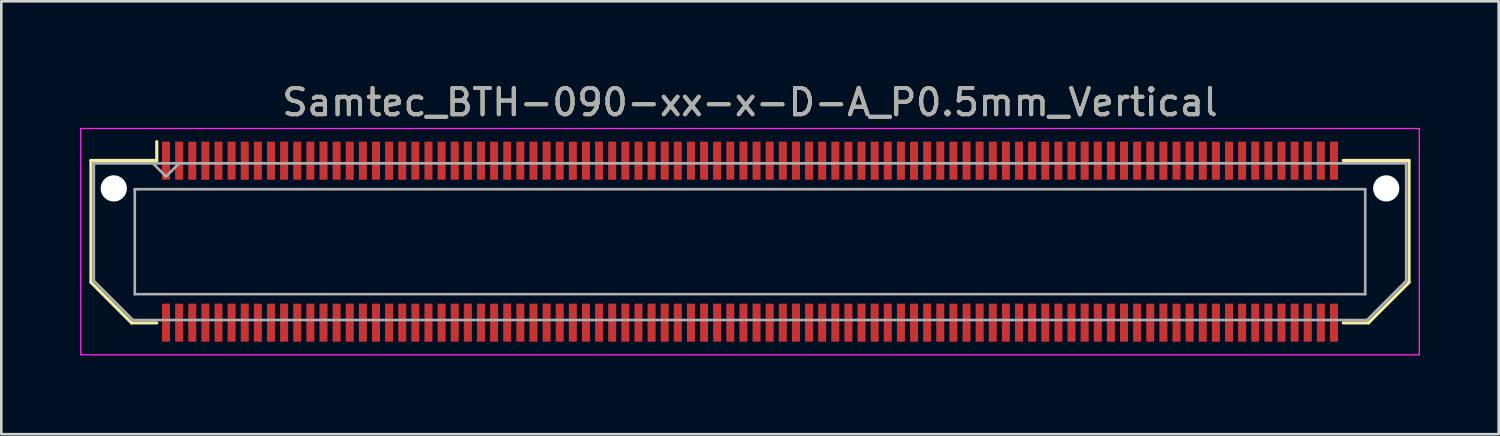
<source format=kicad_pcb>
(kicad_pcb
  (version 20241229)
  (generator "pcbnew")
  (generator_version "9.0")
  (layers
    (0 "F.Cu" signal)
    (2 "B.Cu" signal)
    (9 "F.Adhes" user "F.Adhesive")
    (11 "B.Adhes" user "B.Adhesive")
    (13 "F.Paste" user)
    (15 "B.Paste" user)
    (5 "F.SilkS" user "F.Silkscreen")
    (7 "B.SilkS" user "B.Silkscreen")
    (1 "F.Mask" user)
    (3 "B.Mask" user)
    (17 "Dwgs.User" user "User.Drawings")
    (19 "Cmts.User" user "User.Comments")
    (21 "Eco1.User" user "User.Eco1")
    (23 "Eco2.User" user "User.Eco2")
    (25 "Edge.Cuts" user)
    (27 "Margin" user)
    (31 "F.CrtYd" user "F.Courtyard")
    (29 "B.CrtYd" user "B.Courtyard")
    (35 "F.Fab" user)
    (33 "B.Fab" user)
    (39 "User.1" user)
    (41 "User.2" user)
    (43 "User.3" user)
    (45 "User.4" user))
  (footprint "Samtec_BTH-090-xx-x-D-A_P0.5mm_Vertical"
    (layer "F.Cu")
    (at 25.525 6.158)
    (property "Reference" "Samtec_BTH-090-xx-x-D-A_P0.5mm_Vertical" (at 0 -5.31 0) (layer "F.SilkS") (effects (font (size 1 1) (thickness 0.15))))
    (attr smd)
    (fp_line (start -25.11 -3.095) (end -25.11 1.548) (stroke (width 0.12) (type solid)) (layer "F.SilkS"))
    (fp_line (start -25.11 1.548) (end -23.562 3.095) (stroke (width 0.12) (type solid)) (layer "F.SilkS"))
    (fp_line (start -23.562 3.095) (end -22.602 3.095) (stroke (width 0.12) (type solid)) (layer "F.SilkS"))
    (fp_line (start -22.602 -3.811) (end -22.602 -3.095) (stroke (width 0.12) (type solid)) (layer "F.SilkS"))
    (fp_line (start -22.602 -3.095) (end -25.11 -3.095) (stroke (width 0.12) (type solid)) (layer "F.SilkS"))
    (fp_line (start 22.602 -3.095) (end 25.11 -3.095) (stroke (width 0.12) (type solid)) (layer "F.SilkS"))
    (fp_line (start 23.562 3.095) (end 22.602 3.095) (stroke (width 0.12) (type solid)) (layer "F.SilkS"))
    (fp_line (start 25.11 -3.095) (end 25.11 1.548) (stroke (width 0.12) (type solid)) (layer "F.SilkS"))
    (fp_line (start 25.11 1.548) (end 23.562 3.095) (stroke (width 0.12) (type solid)) (layer "F.SilkS"))
    (fp_line (start -25.5 -4.31) (end -25.5 4.31) (stroke (width 0.05) (type solid)) (layer "F.CrtYd"))
    (fp_line (start -25.5 4.31) (end 25.5 4.31) (stroke (width 0.05) (type solid)) (layer "F.CrtYd"))
    (fp_line (start 25.5 -4.31) (end -25.5 -4.31) (stroke (width 0.05) (type solid)) (layer "F.CrtYd"))
    (fp_line (start 25.5 4.31) (end 25.5 -4.31) (stroke (width 0.05) (type solid)) (layer "F.CrtYd"))
    (fp_line (start -25 -2.985) (end -25 1.492) (stroke (width 0.1) (type solid)) (layer "F.Fab"))
    (fp_line (start -25 -2.985) (end 25 -2.985) (stroke (width 0.1) (type solid)) (layer "F.Fab"))
    (fp_line (start -25 1.492) (end -23.508 2.985) (stroke (width 0.1) (type solid)) (layer "F.Fab"))
    (fp_line (start -23.508 2.985) (end 23.508 2.985) (stroke (width 0.1) (type solid)) (layer "F.Fab"))
    (fp_line (start -23.44 -2) (end -23.44 2) (stroke (width 0.1) (type solid)) (layer "F.Fab"))
    (fp_line (start -23.44 2) (end 23.44 2) (stroke (width 0.1) (type solid)) (layer "F.Fab"))
    (fp_line (start -22.25 -2.485) (end -22.75 -2.985) (stroke (width 0.1) (type solid)) (layer "F.Fab"))
    (fp_line (start -21.75 -2.985) (end -22.25 -2.485) (stroke (width 0.1) (type solid)) (layer "F.Fab"))
    (fp_line (start 23.44 -2) (end -23.44 -2) (stroke (width 0.1) (type solid)) (layer "F.Fab"))
    (fp_line (start 23.44 2) (end 23.44 -2) (stroke (width 0.1) (type solid)) (layer "F.Fab"))
    (fp_line (start 25 -2.985) (end 25 1.492) (stroke (width 0.1) (type solid)) (layer "F.Fab"))
    (fp_line (start 25 1.492) (end 23.508 2.985) (stroke (width 0.1) (type solid)) (layer "F.Fab"))
    (fp_text user "${REFERENCE}" (at 0 -5.31 0) (layer "F.Fab") (effects (font (size 1 1) (thickness 0.15))))
    (pad "" np_thru_hole circle (at -24.24 -2.03) (size 1 1) (drill 1) (layers "*.Cu" "*.Mask"))
    (pad "" np_thru_hole circle (at 24.24 -2.03) (size 1 1) (drill 1) (layers "*.Cu" "*.Mask"))
    (pad "1" smd rect (at -22.25 -3.086) (size 0.305 1.45) (layers "F.Cu" "F.Mask" "F.Paste"))
    (pad "2" smd rect (at -22.25 3.086) (size 0.305 1.45) (layers "F.Cu" "F.Mask" "F.Paste"))
    (pad "3" smd rect (at -21.75 -3.086) (size 0.305 1.45) (layers "F.Cu" "F.Mask" "F.Paste"))
    (pad "4" smd rect (at -21.75 3.086) (size 0.305 1.45) (layers "F.Cu" "F.Mask" "F.Paste"))
    (pad "5" smd rect (at -21.25 -3.086) (size 0.305 1.45) (layers "F.Cu" "F.Mask" "F.Paste"))
    (pad "6" smd rect (at -21.25 3.086) (size 0.305 1.45) (layers "F.Cu" "F.Mask" "F.Paste"))
    (pad "7" smd rect (at -20.75 -3.086) (size 0.305 1.45) (layers "F.Cu" "F.Mask" "F.Paste"))
    (pad "8" smd rect (at -20.75 3.086) (size 0.305 1.45) (layers "F.Cu" "F.Mask" "F.Paste"))
    (pad "9" smd rect (at -20.25 -3.086) (size 0.305 1.45) (layers "F.Cu" "F.Mask" "F.Paste"))
    (pad "10" smd rect (at -20.25 3.086) (size 0.305 1.45) (layers "F.Cu" "F.Mask" "F.Paste"))
    (pad "11" smd rect (at -19.75 -3.086) (size 0.305 1.45) (layers "F.Cu" "F.Mask" "F.Paste"))
    (pad "12" smd rect (at -19.75 3.086) (size 0.305 1.45) (layers "F.Cu" "F.Mask" "F.Paste"))
    (pad "13" smd rect (at -19.25 -3.086) (size 0.305 1.45) (layers "F.Cu" "F.Mask" "F.Paste"))
    (pad "14" smd rect (at -19.25 3.086) (size 0.305 1.45) (layers "F.Cu" "F.Mask" "F.Paste"))
    (pad "15" smd rect (at -18.75 -3.086) (size 0.305 1.45) (layers "F.Cu" "F.Mask" "F.Paste"))
    (pad "16" smd rect (at -18.75 3.086) (size 0.305 1.45) (layers "F.Cu" "F.Mask" "F.Paste"))
    (pad "17" smd rect (at -18.25 -3.086) (size 0.305 1.45) (layers "F.Cu" "F.Mask" "F.Paste"))
    (pad "18" smd rect (at -18.25 3.086) (size 0.305 1.45) (layers "F.Cu" "F.Mask" "F.Paste"))
    (pad "19" smd rect (at -17.75 -3.086) (size 0.305 1.45) (layers "F.Cu" "F.Mask" "F.Paste"))
    (pad "20" smd rect (at -17.75 3.086) (size 0.305 1.45) (layers "F.Cu" "F.Mask" "F.Paste"))
    (pad "21" smd rect (at -17.25 -3.086) (size 0.305 1.45) (layers "F.Cu" "F.Mask" "F.Paste"))
    (pad "22" smd rect (at -17.25 3.086) (size 0.305 1.45) (layers "F.Cu" "F.Mask" "F.Paste"))
    (pad "23" smd rect (at -16.75 -3.086) (size 0.305 1.45) (layers "F.Cu" "F.Mask" "F.Paste"))
    (pad "24" smd rect (at -16.75 3.086) (size 0.305 1.45) (layers "F.Cu" "F.Mask" "F.Paste"))
    (pad "25" smd rect (at -16.25 -3.086) (size 0.305 1.45) (layers "F.Cu" "F.Mask" "F.Paste"))
    (pad "26" smd rect (at -16.25 3.086) (size 0.305 1.45) (layers "F.Cu" "F.Mask" "F.Paste"))
    (pad "27" smd rect (at -15.75 -3.086) (size 0.305 1.45) (layers "F.Cu" "F.Mask" "F.Paste"))
    (pad "28" smd rect (at -15.75 3.086) (size 0.305 1.45) (layers "F.Cu" "F.Mask" "F.Paste"))
    (pad "29" smd rect (at -15.25 -3.086) (size 0.305 1.45) (layers "F.Cu" "F.Mask" "F.Paste"))
    (pad "30" smd rect (at -15.25 3.086) (size 0.305 1.45) (layers "F.Cu" "F.Mask" "F.Paste"))
    (pad "31" smd rect (at -14.75 -3.086) (size 0.305 1.45) (layers "F.Cu" "F.Mask" "F.Paste"))
    (pad "32" smd rect (at -14.75 3.086) (size 0.305 1.45) (layers "F.Cu" "F.Mask" "F.Paste"))
    (pad "33" smd rect (at -14.25 -3.086) (size 0.305 1.45) (layers "F.Cu" "F.Mask" "F.Paste"))
    (pad "34" smd rect (at -14.25 3.086) (size 0.305 1.45) (layers "F.Cu" "F.Mask" "F.Paste"))
    (pad "35" smd rect (at -13.75 -3.086) (size 0.305 1.45) (layers "F.Cu" "F.Mask" "F.Paste"))
    (pad "36" smd rect (at -13.75 3.086) (size 0.305 1.45) (layers "F.Cu" "F.Mask" "F.Paste"))
    (pad "37" smd rect (at -13.25 -3.086) (size 0.305 1.45) (layers "F.Cu" "F.Mask" "F.Paste"))
    (pad "38" smd rect (at -13.25 3.086) (size 0.305 1.45) (layers "F.Cu" "F.Mask" "F.Paste"))
    (pad "39" smd rect (at -12.75 -3.086) (size 0.305 1.45) (layers "F.Cu" "F.Mask" "F.Paste"))
    (pad "40" smd rect (at -12.75 3.086) (size 0.305 1.45) (layers "F.Cu" "F.Mask" "F.Paste"))
    (pad "41" smd rect (at -12.25 -3.086) (size 0.305 1.45) (layers "F.Cu" "F.Mask" "F.Paste"))
    (pad "42" smd rect (at -12.25 3.086) (size 0.305 1.45) (layers "F.Cu" "F.Mask" "F.Paste"))
    (pad "43" smd rect (at -11.75 -3.086) (size 0.305 1.45) (layers "F.Cu" "F.Mask" "F.Paste"))
    (pad "44" smd rect (at -11.75 3.086) (size 0.305 1.45) (layers "F.Cu" "F.Mask" "F.Paste"))
    (pad "45" smd rect (at -11.25 -3.086) (size 0.305 1.45) (layers "F.Cu" "F.Mask" "F.Paste"))
    (pad "46" smd rect (at -11.25 3.086) (size 0.305 1.45) (layers "F.Cu" "F.Mask" "F.Paste"))
    (pad "47" smd rect (at -10.75 -3.086) (size 0.305 1.45) (layers "F.Cu" "F.Mask" "F.Paste"))
    (pad "48" smd rect (at -10.75 3.086) (size 0.305 1.45) (layers "F.Cu" "F.Mask" "F.Paste"))
    (pad "49" smd rect (at -10.25 -3.086) (size 0.305 1.45) (layers "F.Cu" "F.Mask" "F.Paste"))
    (pad "50" smd rect (at -10.25 3.086) (size 0.305 1.45) (layers "F.Cu" "F.Mask" "F.Paste"))
    (pad "51" smd rect (at -9.75 -3.086) (size 0.305 1.45) (layers "F.Cu" "F.Mask" "F.Paste"))
    (pad "52" smd rect (at -9.75 3.086) (size 0.305 1.45) (layers "F.Cu" "F.Mask" "F.Paste"))
    (pad "53" smd rect (at -9.25 -3.086) (size 0.305 1.45) (layers "F.Cu" "F.Mask" "F.Paste"))
    (pad "54" smd rect (at -9.25 3.086) (size 0.305 1.45) (layers "F.Cu" "F.Mask" "F.Paste"))
    (pad "55" smd rect (at -8.75 -3.086) (size 0.305 1.45) (layers "F.Cu" "F.Mask" "F.Paste"))
    (pad "56" smd rect (at -8.75 3.086) (size 0.305 1.45) (layers "F.Cu" "F.Mask" "F.Paste"))
    (pad "57" smd rect (at -8.25 -3.086) (size 0.305 1.45) (layers "F.Cu" "F.Mask" "F.Paste"))
    (pad "58" smd rect (at -8.25 3.086) (size 0.305 1.45) (layers "F.Cu" "F.Mask" "F.Paste"))
    (pad "59" smd rect (at -7.75 -3.086) (size 0.305 1.45) (layers "F.Cu" "F.Mask" "F.Paste"))
    (pad "60" smd rect (at -7.75 3.086) (size 0.305 1.45) (layers "F.Cu" "F.Mask" "F.Paste"))
    (pad "61" smd rect (at -7.25 -3.086) (size 0.305 1.45) (layers "F.Cu" "F.Mask" "F.Paste"))
    (pad "62" smd rect (at -7.25 3.086) (size 0.305 1.45) (layers "F.Cu" "F.Mask" "F.Paste"))
    (pad "63" smd rect (at -6.75 -3.086) (size 0.305 1.45) (layers "F.Cu" "F.Mask" "F.Paste"))
    (pad "64" smd rect (at -6.75 3.086) (size 0.305 1.45) (layers "F.Cu" "F.Mask" "F.Paste"))
    (pad "65" smd rect (at -6.25 -3.086) (size 0.305 1.45) (layers "F.Cu" "F.Mask" "F.Paste"))
    (pad "66" smd rect (at -6.25 3.086) (size 0.305 1.45) (layers "F.Cu" "F.Mask" "F.Paste"))
    (pad "67" smd rect (at -5.75 -3.086) (size 0.305 1.45) (layers "F.Cu" "F.Mask" "F.Paste"))
    (pad "68" smd rect (at -5.75 3.086) (size 0.305 1.45) (layers "F.Cu" "F.Mask" "F.Paste"))
    (pad "69" smd rect (at -5.25 -3.086) (size 0.305 1.45) (layers "F.Cu" "F.Mask" "F.Paste"))
    (pad "70" smd rect (at -5.25 3.086) (size 0.305 1.45) (layers "F.Cu" "F.Mask" "F.Paste"))
    (pad "71" smd rect (at -4.75 -3.086) (size 0.305 1.45) (layers "F.Cu" "F.Mask" "F.Paste"))
    (pad "72" smd rect (at -4.75 3.086) (size 0.305 1.45) (layers "F.Cu" "F.Mask" "F.Paste"))
    (pad "73" smd rect (at -4.25 -3.086) (size 0.305 1.45) (layers "F.Cu" "F.Mask" "F.Paste"))
    (pad "74" smd rect (at -4.25 3.086) (size 0.305 1.45) (layers "F.Cu" "F.Mask" "F.Paste"))
    (pad "75" smd rect (at -3.75 -3.086) (size 0.305 1.45) (layers "F.Cu" "F.Mask" "F.Paste"))
    (pad "76" smd rect (at -3.75 3.086) (size 0.305 1.45) (layers "F.Cu" "F.Mask" "F.Paste"))
    (pad "77" smd rect (at -3.25 -3.086) (size 0.305 1.45) (layers "F.Cu" "F.Mask" "F.Paste"))
    (pad "78" smd rect (at -3.25 3.086) (size 0.305 1.45) (layers "F.Cu" "F.Mask" "F.Paste"))
    (pad "79" smd rect (at -2.75 -3.086) (size 0.305 1.45) (layers "F.Cu" "F.Mask" "F.Paste"))
    (pad "80" smd rect (at -2.75 3.086) (size 0.305 1.45) (layers "F.Cu" "F.Mask" "F.Paste"))
    (pad "81" smd rect (at -2.25 -3.086) (size 0.305 1.45) (layers "F.Cu" "F.Mask" "F.Paste"))
    (pad "82" smd rect (at -2.25 3.086) (size 0.305 1.45) (layers "F.Cu" "F.Mask" "F.Paste"))
    (pad "83" smd rect (at -1.75 -3.086) (size 0.305 1.45) (layers "F.Cu" "F.Mask" "F.Paste"))
    (pad "84" smd rect (at -1.75 3.086) (size 0.305 1.45) (layers "F.Cu" "F.Mask" "F.Paste"))
    (pad "85" smd rect (at -1.25 -3.086) (size 0.305 1.45) (layers "F.Cu" "F.Mask" "F.Paste"))
    (pad "86" smd rect (at -1.25 3.086) (size 0.305 1.45) (layers "F.Cu" "F.Mask" "F.Paste"))
    (pad "87" smd rect (at -0.75 -3.086) (size 0.305 1.45) (layers "F.Cu" "F.Mask" "F.Paste"))
    (pad "88" smd rect (at -0.75 3.086) (size 0.305 1.45) (layers "F.Cu" "F.Mask" "F.Paste"))
    (pad "89" smd rect (at -0.25 -3.086) (size 0.305 1.45) (layers "F.Cu" "F.Mask" "F.Paste"))
    (pad "90" smd rect (at -0.25 3.086) (size 0.305 1.45) (layers "F.Cu" "F.Mask" "F.Paste"))
    (pad "91" smd rect (at 0.25 -3.086) (size 0.305 1.45) (layers "F.Cu" "F.Mask" "F.Paste"))
    (pad "92" smd rect (at 0.25 3.086) (size 0.305 1.45) (layers "F.Cu" "F.Mask" "F.Paste"))
    (pad "93" smd rect (at 0.75 -3.086) (size 0.305 1.45) (layers "F.Cu" "F.Mask" "F.Paste"))
    (pad "94" smd rect (at 0.75 3.086) (size 0.305 1.45) (layers "F.Cu" "F.Mask" "F.Paste"))
    (pad "95" smd rect (at 1.25 -3.086) (size 0.305 1.45) (layers "F.Cu" "F.Mask" "F.Paste"))
    (pad "96" smd rect (at 1.25 3.086) (size 0.305 1.45) (layers "F.Cu" "F.Mask" "F.Paste"))
    (pad "97" smd rect (at 1.75 -3.086) (size 0.305 1.45) (layers "F.Cu" "F.Mask" "F.Paste"))
    (pad "98" smd rect (at 1.75 3.086) (size 0.305 1.45) (layers "F.Cu" "F.Mask" "F.Paste"))
    (pad "99" smd rect (at 2.25 -3.086) (size 0.305 1.45) (layers "F.Cu" "F.Mask" "F.Paste"))
    (pad "100" smd rect (at 2.25 3.086) (size 0.305 1.45) (layers "F.Cu" "F.Mask" "F.Paste"))
    (pad "101" smd rect (at 2.75 -3.086) (size 0.305 1.45) (layers "F.Cu" "F.Mask" "F.Paste"))
    (pad "102" smd rect (at 2.75 3.086) (size 0.305 1.45) (layers "F.Cu" "F.Mask" "F.Paste"))
    (pad "103" smd rect (at 3.25 -3.086) (size 0.305 1.45) (layers "F.Cu" "F.Mask" "F.Paste"))
    (pad "104" smd rect (at 3.25 3.086) (size 0.305 1.45) (layers "F.Cu" "F.Mask" "F.Paste"))
    (pad "105" smd rect (at 3.75 -3.086) (size 0.305 1.45) (layers "F.Cu" "F.Mask" "F.Paste"))
    (pad "106" smd rect (at 3.75 3.086) (size 0.305 1.45) (layers "F.Cu" "F.Mask" "F.Paste"))
    (pad "107" smd rect (at 4.25 -3.086) (size 0.305 1.45) (layers "F.Cu" "F.Mask" "F.Paste"))
    (pad "108" smd rect (at 4.25 3.086) (size 0.305 1.45) (layers "F.Cu" "F.Mask" "F.Paste"))
    (pad "109" smd rect (at 4.75 -3.086) (size 0.305 1.45) (layers "F.Cu" "F.Mask" "F.Paste"))
    (pad "110" smd rect (at 4.75 3.086) (size 0.305 1.45) (layers "F.Cu" "F.Mask" "F.Paste"))
    (pad "111" smd rect (at 5.25 -3.086) (size 0.305 1.45) (layers "F.Cu" "F.Mask" "F.Paste"))
    (pad "112" smd rect (at 5.25 3.086) (size 0.305 1.45) (layers "F.Cu" "F.Mask" "F.Paste"))
    (pad "113" smd rect (at 5.75 -3.086) (size 0.305 1.45) (layers "F.Cu" "F.Mask" "F.Paste"))
    (pad "114" smd rect (at 5.75 3.086) (size 0.305 1.45) (layers "F.Cu" "F.Mask" "F.Paste"))
    (pad "115" smd rect (at 6.25 -3.086) (size 0.305 1.45) (layers "F.Cu" "F.Mask" "F.Paste"))
    (pad "116" smd rect (at 6.25 3.086) (size 0.305 1.45) (layers "F.Cu" "F.Mask" "F.Paste"))
    (pad "117" smd rect (at 6.75 -3.086) (size 0.305 1.45) (layers "F.Cu" "F.Mask" "F.Paste"))
    (pad "118" smd rect (at 6.75 3.086) (size 0.305 1.45) (layers "F.Cu" "F.Mask" "F.Paste"))
    (pad "119" smd rect (at 7.25 -3.086) (size 0.305 1.45) (layers "F.Cu" "F.Mask" "F.Paste"))
    (pad "120" smd rect (at 7.25 3.086) (size 0.305 1.45) (layers "F.Cu" "F.Mask" "F.Paste"))
    (pad "121" smd rect (at 7.75 -3.086) (size 0.305 1.45) (layers "F.Cu" "F.Mask" "F.Paste"))
    (pad "122" smd rect (at 7.75 3.086) (size 0.305 1.45) (layers "F.Cu" "F.Mask" "F.Paste"))
    (pad "123" smd rect (at 8.25 -3.086) (size 0.305 1.45) (layers "F.Cu" "F.Mask" "F.Paste"))
    (pad "124" smd rect (at 8.25 3.086) (size 0.305 1.45) (layers "F.Cu" "F.Mask" "F.Paste"))
    (pad "125" smd rect (at 8.75 -3.086) (size 0.305 1.45) (layers "F.Cu" "F.Mask" "F.Paste"))
    (pad "126" smd rect (at 8.75 3.086) (size 0.305 1.45) (layers "F.Cu" "F.Mask" "F.Paste"))
    (pad "127" smd rect (at 9.25 -3.086) (size 0.305 1.45) (layers "F.Cu" "F.Mask" "F.Paste"))
    (pad "128" smd rect (at 9.25 3.086) (size 0.305 1.45) (layers "F.Cu" "F.Mask" "F.Paste"))
    (pad "129" smd rect (at 9.75 -3.086) (size 0.305 1.45) (layers "F.Cu" "F.Mask" "F.Paste"))
    (pad "130" smd rect (at 9.75 3.086) (size 0.305 1.45) (layers "F.Cu" "F.Mask" "F.Paste"))
    (pad "131" smd rect (at 10.25 -3.086) (size 0.305 1.45) (layers "F.Cu" "F.Mask" "F.Paste"))
    (pad "132" smd rect (at 10.25 3.086) (size 0.305 1.45) (layers "F.Cu" "F.Mask" "F.Paste"))
    (pad "133" smd rect (at 10.75 -3.086) (size 0.305 1.45) (layers "F.Cu" "F.Mask" "F.Paste"))
    (pad "134" smd rect (at 10.75 3.086) (size 0.305 1.45) (layers "F.Cu" "F.Mask" "F.Paste"))
    (pad "135" smd rect (at 11.25 -3.086) (size 0.305 1.45) (layers "F.Cu" "F.Mask" "F.Paste"))
    (pad "136" smd rect (at 11.25 3.086) (size 0.305 1.45) (layers "F.Cu" "F.Mask" "F.Paste"))
    (pad "137" smd rect (at 11.75 -3.086) (size 0.305 1.45) (layers "F.Cu" "F.Mask" "F.Paste"))
    (pad "138" smd rect (at 11.75 3.086) (size 0.305 1.45) (layers "F.Cu" "F.Mask" "F.Paste"))
    (pad "139" smd rect (at 12.25 -3.086) (size 0.305 1.45) (layers "F.Cu" "F.Mask" "F.Paste"))
    (pad "140" smd rect (at 12.25 3.086) (size 0.305 1.45) (layers "F.Cu" "F.Mask" "F.Paste"))
    (pad "141" smd rect (at 12.75 -3.086) (size 0.305 1.45) (layers "F.Cu" "F.Mask" "F.Paste"))
    (pad "142" smd rect (at 12.75 3.086) (size 0.305 1.45) (layers "F.Cu" "F.Mask" "F.Paste"))
    (pad "143" smd rect (at 13.25 -3.086) (size 0.305 1.45) (layers "F.Cu" "F.Mask" "F.Paste"))
    (pad "144" smd rect (at 13.25 3.086) (size 0.305 1.45) (layers "F.Cu" "F.Mask" "F.Paste"))
    (pad "145" smd rect (at 13.75 -3.086) (size 0.305 1.45) (layers "F.Cu" "F.Mask" "F.Paste"))
    (pad "146" smd rect (at 13.75 3.086) (size 0.305 1.45) (layers "F.Cu" "F.Mask" "F.Paste"))
    (pad "147" smd rect (at 14.25 -3.086) (size 0.305 1.45) (layers "F.Cu" "F.Mask" "F.Paste"))
    (pad "148" smd rect (at 14.25 3.086) (size 0.305 1.45) (layers "F.Cu" "F.Mask" "F.Paste"))
    (pad "149" smd rect (at 14.75 -3.086) (size 0.305 1.45) (layers "F.Cu" "F.Mask" "F.Paste"))
    (pad "150" smd rect (at 14.75 3.086) (size 0.305 1.45) (layers "F.Cu" "F.Mask" "F.Paste"))
    (pad "151" smd rect (at 15.25 -3.086) (size 0.305 1.45) (layers "F.Cu" "F.Mask" "F.Paste"))
    (pad "152" smd rect (at 15.25 3.086) (size 0.305 1.45) (layers "F.Cu" "F.Mask" "F.Paste"))
    (pad "153" smd rect (at 15.75 -3.086) (size 0.305 1.45) (layers "F.Cu" "F.Mask" "F.Paste"))
    (pad "154" smd rect (at 15.75 3.086) (size 0.305 1.45) (layers "F.Cu" "F.Mask" "F.Paste"))
    (pad "155" smd rect (at 16.25 -3.086) (size 0.305 1.45) (layers "F.Cu" "F.Mask" "F.Paste"))
    (pad "156" smd rect (at 16.25 3.086) (size 0.305 1.45) (layers "F.Cu" "F.Mask" "F.Paste"))
    (pad "157" smd rect (at 16.75 -3.086) (size 0.305 1.45) (layers "F.Cu" "F.Mask" "F.Paste"))
    (pad "158" smd rect (at 16.75 3.086) (size 0.305 1.45) (layers "F.Cu" "F.Mask" "F.Paste"))
    (pad "159" smd rect (at 17.25 -3.086) (size 0.305 1.45) (layers "F.Cu" "F.Mask" "F.Paste"))
    (pad "160" smd rect (at 17.25 3.086) (size 0.305 1.45) (layers "F.Cu" "F.Mask" "F.Paste"))
    (pad "161" smd rect (at 17.75 -3.086) (size 0.305 1.45) (layers "F.Cu" "F.Mask" "F.Paste"))
    (pad "162" smd rect (at 17.75 3.086) (size 0.305 1.45) (layers "F.Cu" "F.Mask" "F.Paste"))
    (pad "163" smd rect (at 18.25 -3.086) (size 0.305 1.45) (layers "F.Cu" "F.Mask" "F.Paste"))
    (pad "164" smd rect (at 18.25 3.086) (size 0.305 1.45) (layers "F.Cu" "F.Mask" "F.Paste"))
    (pad "165" smd rect (at 18.75 -3.086) (size 0.305 1.45) (layers "F.Cu" "F.Mask" "F.Paste"))
    (pad "166" smd rect (at 18.75 3.086) (size 0.305 1.45) (layers "F.Cu" "F.Mask" "F.Paste"))
    (pad "167" smd rect (at 19.25 -3.086) (size 0.305 1.45) (layers "F.Cu" "F.Mask" "F.Paste"))
    (pad "168" smd rect (at 19.25 3.086) (size 0.305 1.45) (layers "F.Cu" "F.Mask" "F.Paste"))
    (pad "169" smd rect (at 19.75 -3.086) (size 0.305 1.45) (layers "F.Cu" "F.Mask" "F.Paste"))
    (pad "170" smd rect (at 19.75 3.086) (size 0.305 1.45) (layers "F.Cu" "F.Mask" "F.Paste"))
    (pad "171" smd rect (at 20.25 -3.086) (size 0.305 1.45) (layers "F.Cu" "F.Mask" "F.Paste"))
    (pad "172" smd rect (at 20.25 3.086) (size 0.305 1.45) (layers "F.Cu" "F.Mask" "F.Paste"))
    (pad "173" smd rect (at 20.75 -3.086) (size 0.305 1.45) (layers "F.Cu" "F.Mask" "F.Paste"))
    (pad "174" smd rect (at 20.75 3.086) (size 0.305 1.45) (layers "F.Cu" "F.Mask" "F.Paste"))
    (pad "175" smd rect (at 21.25 -3.086) (size 0.305 1.45) (layers "F.Cu" "F.Mask" "F.Paste"))
    (pad "176" smd rect (at 21.25 3.086) (size 0.305 1.45) (layers "F.Cu" "F.Mask" "F.Paste"))
    (pad "177" smd rect (at 21.75 -3.086) (size 0.305 1.45) (layers "F.Cu" "F.Mask" "F.Paste"))
    (pad "178" smd rect (at 21.75 3.086) (size 0.305 1.45) (layers "F.Cu" "F.Mask" "F.Paste"))
    (pad "179" smd rect (at 22.25 -3.086) (size 0.305 1.45) (layers "F.Cu" "F.Mask" "F.Paste"))
    (pad "180" smd rect (at 22.25 3.086) (size 0.305 1.45) (layers "F.Cu" "F.Mask" "F.Paste")))
  (gr_rect
    (start -3 -3)
    (end 54.05 13.493)
    (stroke (width 0.1) (type default))
    (fill no)
    (layer "Edge.Cuts")))
</source>
